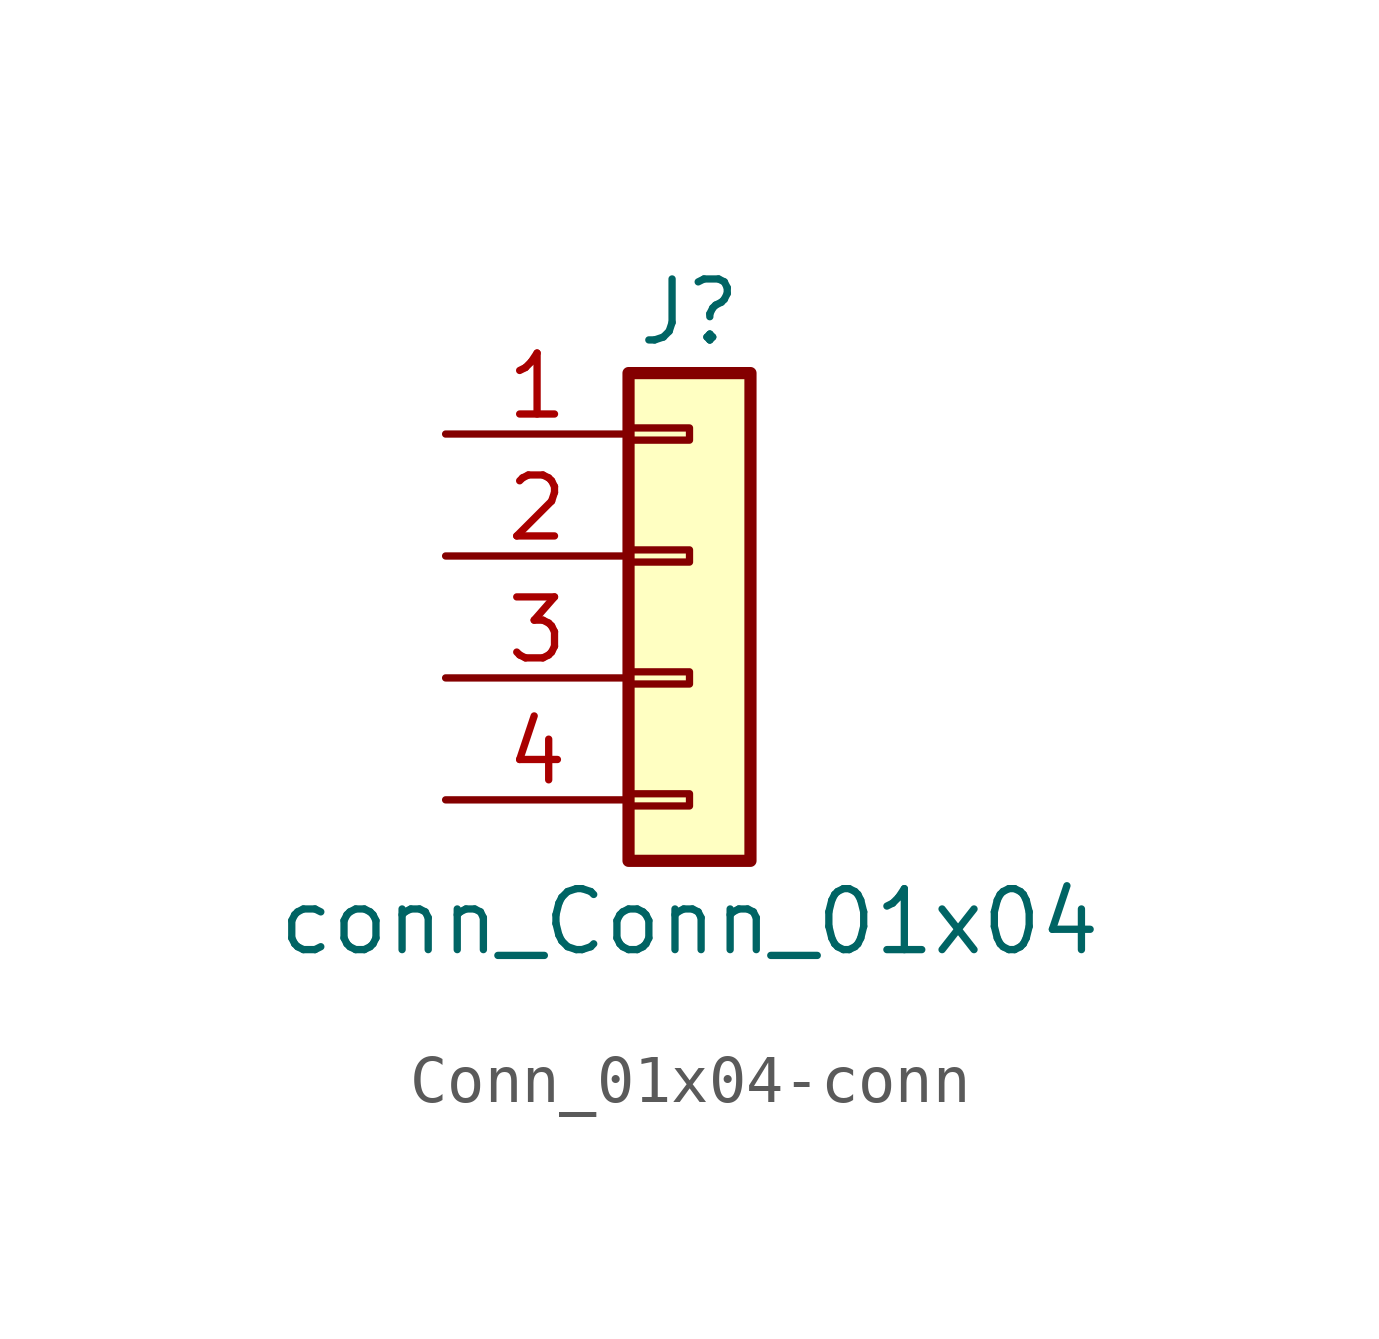
<source format=kicad_sym>
(kicad_symbol_lib
  (version 20231120)
  (generator "kicad_symbol_editor")
  (generator_version "8.0")
  (symbol "Conn_01x04-conn"
    (pin_names
      (offset 1.016) hide)
    (property "Reference" "J"
      (at 0 5.08 0)
      (effects (font (size 1.27 1.27))))
    (property "Value" "conn_Conn_01x04"
      (at 0 -7.62 0)
      (effects (font (size 1.27 1.27))))
    (symbol "Conn_01x04-conn_1_1"
      (rectangle (start -1.27 -4.953) (end 0 -5.207) (stroke (width 0.152) (type solid)) (fill (type none)))
      (rectangle (start -1.27 -2.413) (end 0 -2.667) (stroke (width 0.152) (type solid)) (fill (type none)))
      (rectangle (start -1.27 0.127) (end 0 -0.127) (stroke (width 0.152) (type solid)) (fill (type none)))
      (rectangle (start -1.27 2.667) (end 0 2.413) (stroke (width 0.152) (type solid)) (fill (type none)))
      (rectangle (start -1.27 3.81) (end 1.27 -6.35) (stroke (width 0.254) (type solid)) (fill (type background)))
      (pin passive line (at -5.08 2.54 0) (length 3.81) (name "Pin_1" (effects (font (size 1.27 1.27)))) (number "1" (effects (font (size 1.27 1.27)))))
      (pin passive line (at -5.08 0 0) (length 3.81) (name "Pin_2" (effects (font (size 1.27 1.27)))) (number "2" (effects (font (size 1.27 1.27)))))
      (pin passive line (at -5.08 -2.54 0) (length 3.81) (name "Pin_3" (effects (font (size 1.27 1.27)))) (number "3" (effects (font (size 1.27 1.27)))))
      (pin passive line (at -5.08 -5.08 0) (length 3.81) (name "Pin_4" (effects (font (size 1.27 1.27)))) (number "4" (effects (font (size 1.27 1.27))))))))
</source>
